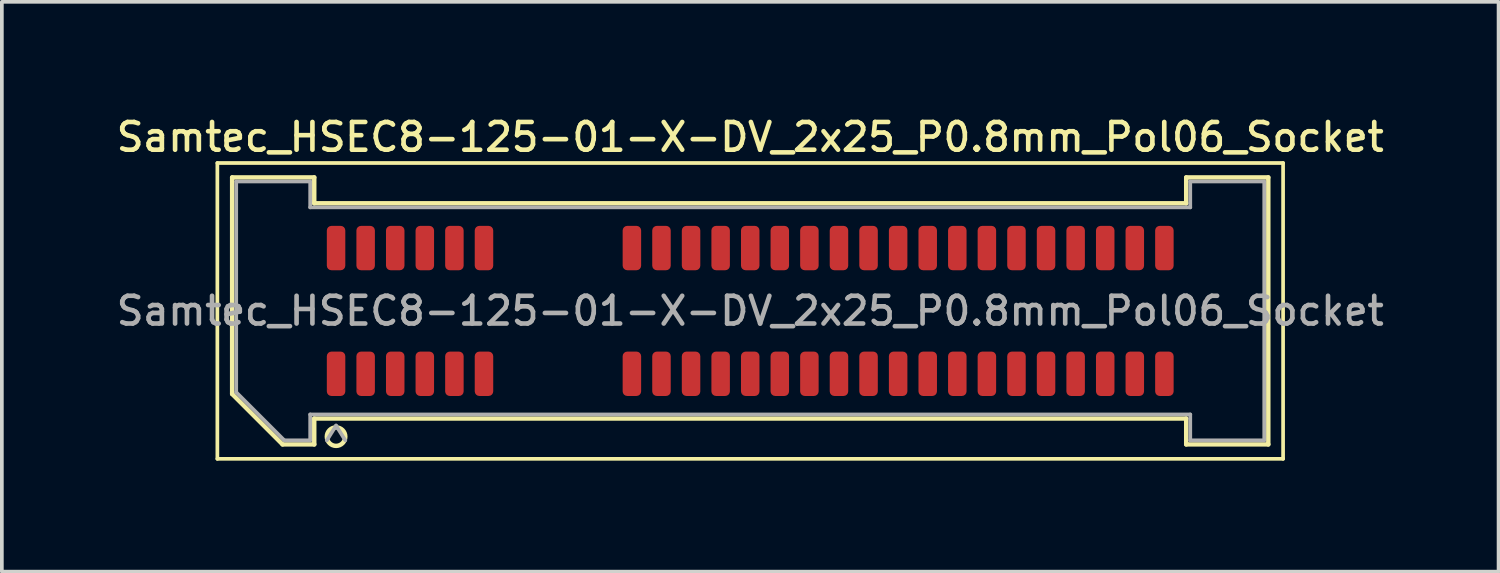
<source format=kicad_pcb>
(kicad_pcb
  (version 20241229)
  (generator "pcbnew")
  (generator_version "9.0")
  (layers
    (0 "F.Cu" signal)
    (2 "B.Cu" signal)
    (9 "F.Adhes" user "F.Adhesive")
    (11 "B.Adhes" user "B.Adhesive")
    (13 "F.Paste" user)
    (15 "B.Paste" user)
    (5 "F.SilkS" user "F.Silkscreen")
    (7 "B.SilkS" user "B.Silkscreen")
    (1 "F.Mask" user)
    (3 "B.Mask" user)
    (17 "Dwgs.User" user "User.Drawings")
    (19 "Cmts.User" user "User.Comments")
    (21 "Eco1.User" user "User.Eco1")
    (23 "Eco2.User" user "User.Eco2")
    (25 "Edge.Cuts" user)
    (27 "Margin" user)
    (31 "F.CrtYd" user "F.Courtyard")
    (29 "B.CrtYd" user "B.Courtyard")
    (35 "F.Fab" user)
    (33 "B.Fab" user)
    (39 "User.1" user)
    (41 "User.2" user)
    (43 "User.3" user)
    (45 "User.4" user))
  (footprint "Samtec_HSEC8-125-01-X-DV_2x25_P0.8mm_Pol06_Socket"
    (layer "F.Cu")
    (at 17.238 5.358)
    (property "Reference" "Samtec_HSEC8-125-01-X-DV_2x25_P0.8mm_Pol06_Socket" (at 0 -4.7 0) (layer "F.SilkS") (effects (font (size 0.75 0.75) (thickness 0.125))))
    (attr smd)
    (fp_line (start -14.41 -4) (end -14.41 4) (stroke (width 0.1) (type solid)) (layer "F.SilkS"))
    (fp_line (start -14.41 4) (end 14.41 4) (stroke (width 0.1) (type solid)) (layer "F.SilkS"))
    (fp_line (start -14.01 -3.61) (end -11.79 -3.61) (stroke (width 0.12) (type solid)) (layer "F.SilkS"))
    (fp_line (start -14.01 2.246) (end -14.01 -3.61) (stroke (width 0.12) (type solid)) (layer "F.SilkS"))
    (fp_line (start -12.646 3.61) (end -14.01 2.246) (stroke (width 0.12) (type solid)) (layer "F.SilkS"))
    (fp_line (start -11.79 -3.61) (end -11.79 -2.91) (stroke (width 0.12) (type solid)) (layer "F.SilkS"))
    (fp_line (start -11.79 -2.91) (end 11.79 -2.91) (stroke (width 0.12) (type solid)) (layer "F.SilkS"))
    (fp_line (start -11.79 2.91) (end -11.79 3.61) (stroke (width 0.12) (type solid)) (layer "F.SilkS"))
    (fp_line (start -11.79 3.61) (end -12.646 3.61) (stroke (width 0.12) (type solid)) (layer "F.SilkS"))
    (fp_line (start 11.79 -3.61) (end 14.01 -3.61) (stroke (width 0.12) (type solid)) (layer "F.SilkS"))
    (fp_line (start 11.79 -2.91) (end 11.79 -3.61) (stroke (width 0.12) (type solid)) (layer "F.SilkS"))
    (fp_line (start 11.79 2.91) (end -11.79 2.91) (stroke (width 0.12) (type solid)) (layer "F.SilkS"))
    (fp_line (start 11.79 3.61) (end 11.79 2.91) (stroke (width 0.12) (type solid)) (layer "F.SilkS"))
    (fp_line (start 14.01 -3.61) (end 14.01 3.61) (stroke (width 0.12) (type solid)) (layer "F.SilkS"))
    (fp_line (start 14.01 3.61) (end 11.79 3.61) (stroke (width 0.12) (type solid)) (layer "F.SilkS"))
    (fp_line (start 14.41 -4) (end -14.41 -4) (stroke (width 0.1) (type solid)) (layer "F.SilkS"))
    (fp_line (start 14.41 4) (end 14.41 -4) (stroke (width 0.1) (type solid)) (layer "F.SilkS"))
    (fp_arc (start -10.95 3.4) (mid -11.45 3.4) (end -10.95 3.4) (stroke (width 0.12) (type solid)) (layer "F.SilkS"))
    (fp_line (start -13.9 -3.5) (end -11.9 -3.5) (stroke (width 0.1) (type solid)) (layer "F.Fab"))
    (fp_line (start -13.9 2.2) (end -13.9 -3.5) (stroke (width 0.1) (type solid)) (layer "F.Fab"))
    (fp_line (start -12.6 3.5) (end -13.9 2.2) (stroke (width 0.1) (type solid)) (layer "F.Fab"))
    (fp_line (start -11.9 -3.5) (end -11.9 -2.8) (stroke (width 0.1) (type solid)) (layer "F.Fab"))
    (fp_line (start -11.9 -2.8) (end 11.9 -2.8) (stroke (width 0.1) (type solid)) (layer "F.Fab"))
    (fp_line (start -11.9 2.8) (end -11.9 3.5) (stroke (width 0.1) (type solid)) (layer "F.Fab"))
    (fp_line (start -11.9 3.5) (end -12.6 3.5) (stroke (width 0.1) (type solid)) (layer "F.Fab"))
    (fp_line (start -11.2 3.1) (end -11.45 3.5) (stroke (width 0.1) (type solid)) (layer "F.Fab"))
    (fp_line (start -11.2 3.1) (end -10.95 3.5) (stroke (width 0.1) (type solid)) (layer "F.Fab"))
    (fp_line (start 11.9 -3.5) (end 13.9 -3.5) (stroke (width 0.1) (type solid)) (layer "F.Fab"))
    (fp_line (start 11.9 -2.8) (end 11.9 -3.5) (stroke (width 0.1) (type solid)) (layer "F.Fab"))
    (fp_line (start 11.9 2.8) (end -11.9 2.8) (stroke (width 0.1) (type solid)) (layer "F.Fab"))
    (fp_line (start 11.9 3.5) (end 11.9 2.8) (stroke (width 0.1) (type solid)) (layer "F.Fab"))
    (fp_line (start 13.9 -3.5) (end 13.9 3.5) (stroke (width 0.1) (type solid)) (layer "F.Fab"))
    (fp_line (start 13.9 3.5) (end 11.9 3.5) (stroke (width 0.1) (type solid)) (layer "F.Fab"))
    (fp_text user "${REFERENCE}" (at 0 0 0) (layer "F.Fab") (effects (font (size 0.75 0.75) (thickness 0.125))))
    (pad "1" smd roundrect (at -11.2 1.7) (size 0.5 1.2) (layers "F.Cu" "F.Mask" "F.Paste") (roundrect_rratio 0.25))
    (pad "2" smd roundrect (at -11.2 -1.7) (size 0.5 1.2) (layers "F.Cu" "F.Mask" "F.Paste") (roundrect_rratio 0.25))
    (pad "3" smd roundrect (at -10.4 1.7) (size 0.5 1.2) (layers "F.Cu" "F.Mask" "F.Paste") (roundrect_rratio 0.25))
    (pad "4" smd roundrect (at -10.4 -1.7) (size 0.5 1.2) (layers "F.Cu" "F.Mask" "F.Paste") (roundrect_rratio 0.25))
    (pad "5" smd roundrect (at -9.6 1.7) (size 0.5 1.2) (layers "F.Cu" "F.Mask" "F.Paste") (roundrect_rratio 0.25))
    (pad "6" smd roundrect (at -9.6 -1.7) (size 0.5 1.2) (layers "F.Cu" "F.Mask" "F.Paste") (roundrect_rratio 0.25))
    (pad "7" smd roundrect (at -8.8 1.7) (size 0.5 1.2) (layers "F.Cu" "F.Mask" "F.Paste") (roundrect_rratio 0.25))
    (pad "8" smd roundrect (at -8.8 -1.7) (size 0.5 1.2) (layers "F.Cu" "F.Mask" "F.Paste") (roundrect_rratio 0.25))
    (pad "9" smd roundrect (at -8 1.7) (size 0.5 1.2) (layers "F.Cu" "F.Mask" "F.Paste") (roundrect_rratio 0.25))
    (pad "10" smd roundrect (at -8 -1.7) (size 0.5 1.2) (layers "F.Cu" "F.Mask" "F.Paste") (roundrect_rratio 0.25))
    (pad "11" smd roundrect (at -7.2 1.7) (size 0.5 1.2) (layers "F.Cu" "F.Mask" "F.Paste") (roundrect_rratio 0.25))
    (pad "12" smd roundrect (at -7.2 -1.7) (size 0.5 1.2) (layers "F.Cu" "F.Mask" "F.Paste") (roundrect_rratio 0.25))
    (pad "13" smd roundrect (at -3.2 1.7) (size 0.5 1.2) (layers "F.Cu" "F.Mask" "F.Paste") (roundrect_rratio 0.25))
    (pad "14" smd roundrect (at -3.2 -1.7) (size 0.5 1.2) (layers "F.Cu" "F.Mask" "F.Paste") (roundrect_rratio 0.25))
    (pad "15" smd roundrect (at -2.4 1.7) (size 0.5 1.2) (layers "F.Cu" "F.Mask" "F.Paste") (roundrect_rratio 0.25))
    (pad "16" smd roundrect (at -2.4 -1.7) (size 0.5 1.2) (layers "F.Cu" "F.Mask" "F.Paste") (roundrect_rratio 0.25))
    (pad "17" smd roundrect (at -1.6 1.7) (size 0.5 1.2) (layers "F.Cu" "F.Mask" "F.Paste") (roundrect_rratio 0.25))
    (pad "18" smd roundrect (at -1.6 -1.7) (size 0.5 1.2) (layers "F.Cu" "F.Mask" "F.Paste") (roundrect_rratio 0.25))
    (pad "19" smd roundrect (at -0.8 1.7) (size 0.5 1.2) (layers "F.Cu" "F.Mask" "F.Paste") (roundrect_rratio 0.25))
    (pad "20" smd roundrect (at -0.8 -1.7) (size 0.5 1.2) (layers "F.Cu" "F.Mask" "F.Paste") (roundrect_rratio 0.25))
    (pad "21" smd roundrect (at 0 1.7) (size 0.5 1.2) (layers "F.Cu" "F.Mask" "F.Paste") (roundrect_rratio 0.25))
    (pad "22" smd roundrect (at 0 -1.7) (size 0.5 1.2) (layers "F.Cu" "F.Mask" "F.Paste") (roundrect_rratio 0.25))
    (pad "23" smd roundrect (at 0.8 1.7) (size 0.5 1.2) (layers "F.Cu" "F.Mask" "F.Paste") (roundrect_rratio 0.25))
    (pad "24" smd roundrect (at 0.8 -1.7) (size 0.5 1.2) (layers "F.Cu" "F.Mask" "F.Paste") (roundrect_rratio 0.25))
    (pad "25" smd roundrect (at 1.6 1.7) (size 0.5 1.2) (layers "F.Cu" "F.Mask" "F.Paste") (roundrect_rratio 0.25))
    (pad "26" smd roundrect (at 1.6 -1.7) (size 0.5 1.2) (layers "F.Cu" "F.Mask" "F.Paste") (roundrect_rratio 0.25))
    (pad "27" smd roundrect (at 2.4 1.7) (size 0.5 1.2) (layers "F.Cu" "F.Mask" "F.Paste") (roundrect_rratio 0.25))
    (pad "28" smd roundrect (at 2.4 -1.7) (size 0.5 1.2) (layers "F.Cu" "F.Mask" "F.Paste") (roundrect_rratio 0.25))
    (pad "29" smd roundrect (at 3.2 1.7) (size 0.5 1.2) (layers "F.Cu" "F.Mask" "F.Paste") (roundrect_rratio 0.25))
    (pad "30" smd roundrect (at 3.2 -1.7) (size 0.5 1.2) (layers "F.Cu" "F.Mask" "F.Paste") (roundrect_rratio 0.25))
    (pad "31" smd roundrect (at 4 1.7) (size 0.5 1.2) (layers "F.Cu" "F.Mask" "F.Paste") (roundrect_rratio 0.25))
    (pad "32" smd roundrect (at 4 -1.7) (size 0.5 1.2) (layers "F.Cu" "F.Mask" "F.Paste") (roundrect_rratio 0.25))
    (pad "33" smd roundrect (at 4.8 1.7) (size 0.5 1.2) (layers "F.Cu" "F.Mask" "F.Paste") (roundrect_rratio 0.25))
    (pad "34" smd roundrect (at 4.8 -1.7) (size 0.5 1.2) (layers "F.Cu" "F.Mask" "F.Paste") (roundrect_rratio 0.25))
    (pad "35" smd roundrect (at 5.6 1.7) (size 0.5 1.2) (layers "F.Cu" "F.Mask" "F.Paste") (roundrect_rratio 0.25))
    (pad "36" smd roundrect (at 5.6 -1.7) (size 0.5 1.2) (layers "F.Cu" "F.Mask" "F.Paste") (roundrect_rratio 0.25))
    (pad "37" smd roundrect (at 6.4 1.7) (size 0.5 1.2) (layers "F.Cu" "F.Mask" "F.Paste") (roundrect_rratio 0.25))
    (pad "38" smd roundrect (at 6.4 -1.7) (size 0.5 1.2) (layers "F.Cu" "F.Mask" "F.Paste") (roundrect_rratio 0.25))
    (pad "39" smd roundrect (at 7.2 1.7) (size 0.5 1.2) (layers "F.Cu" "F.Mask" "F.Paste") (roundrect_rratio 0.25))
    (pad "40" smd roundrect (at 7.2 -1.7) (size 0.5 1.2) (layers "F.Cu" "F.Mask" "F.Paste") (roundrect_rratio 0.25))
    (pad "41" smd roundrect (at 8 1.7) (size 0.5 1.2) (layers "F.Cu" "F.Mask" "F.Paste") (roundrect_rratio 0.25))
    (pad "42" smd roundrect (at 8 -1.7) (size 0.5 1.2) (layers "F.Cu" "F.Mask" "F.Paste") (roundrect_rratio 0.25))
    (pad "43" smd roundrect (at 8.8 1.7) (size 0.5 1.2) (layers "F.Cu" "F.Mask" "F.Paste") (roundrect_rratio 0.25))
    (pad "44" smd roundrect (at 8.8 -1.7) (size 0.5 1.2) (layers "F.Cu" "F.Mask" "F.Paste") (roundrect_rratio 0.25))
    (pad "45" smd roundrect (at 9.6 1.7) (size 0.5 1.2) (layers "F.Cu" "F.Mask" "F.Paste") (roundrect_rratio 0.25))
    (pad "46" smd roundrect (at 9.6 -1.7) (size 0.5 1.2) (layers "F.Cu" "F.Mask" "F.Paste") (roundrect_rratio 0.25))
    (pad "47" smd roundrect (at 10.4 1.7) (size 0.5 1.2) (layers "F.Cu" "F.Mask" "F.Paste") (roundrect_rratio 0.25))
    (pad "48" smd roundrect (at 10.4 -1.7) (size 0.5 1.2) (layers "F.Cu" "F.Mask" "F.Paste") (roundrect_rratio 0.25))
    (pad "49" smd roundrect (at 11.2 1.7) (size 0.5 1.2) (layers "F.Cu" "F.Mask" "F.Paste") (roundrect_rratio 0.25))
    (pad "50" smd roundrect (at 11.2 -1.7) (size 0.5 1.2) (layers "F.Cu" "F.Mask" "F.Paste") (roundrect_rratio 0.25)))
  (gr_rect
    (start -3 -3)
    (end 37.475 12.408)
    (stroke (width 0.1) (type default))
    (fill no)
    (layer "Edge.Cuts")))
</source>
